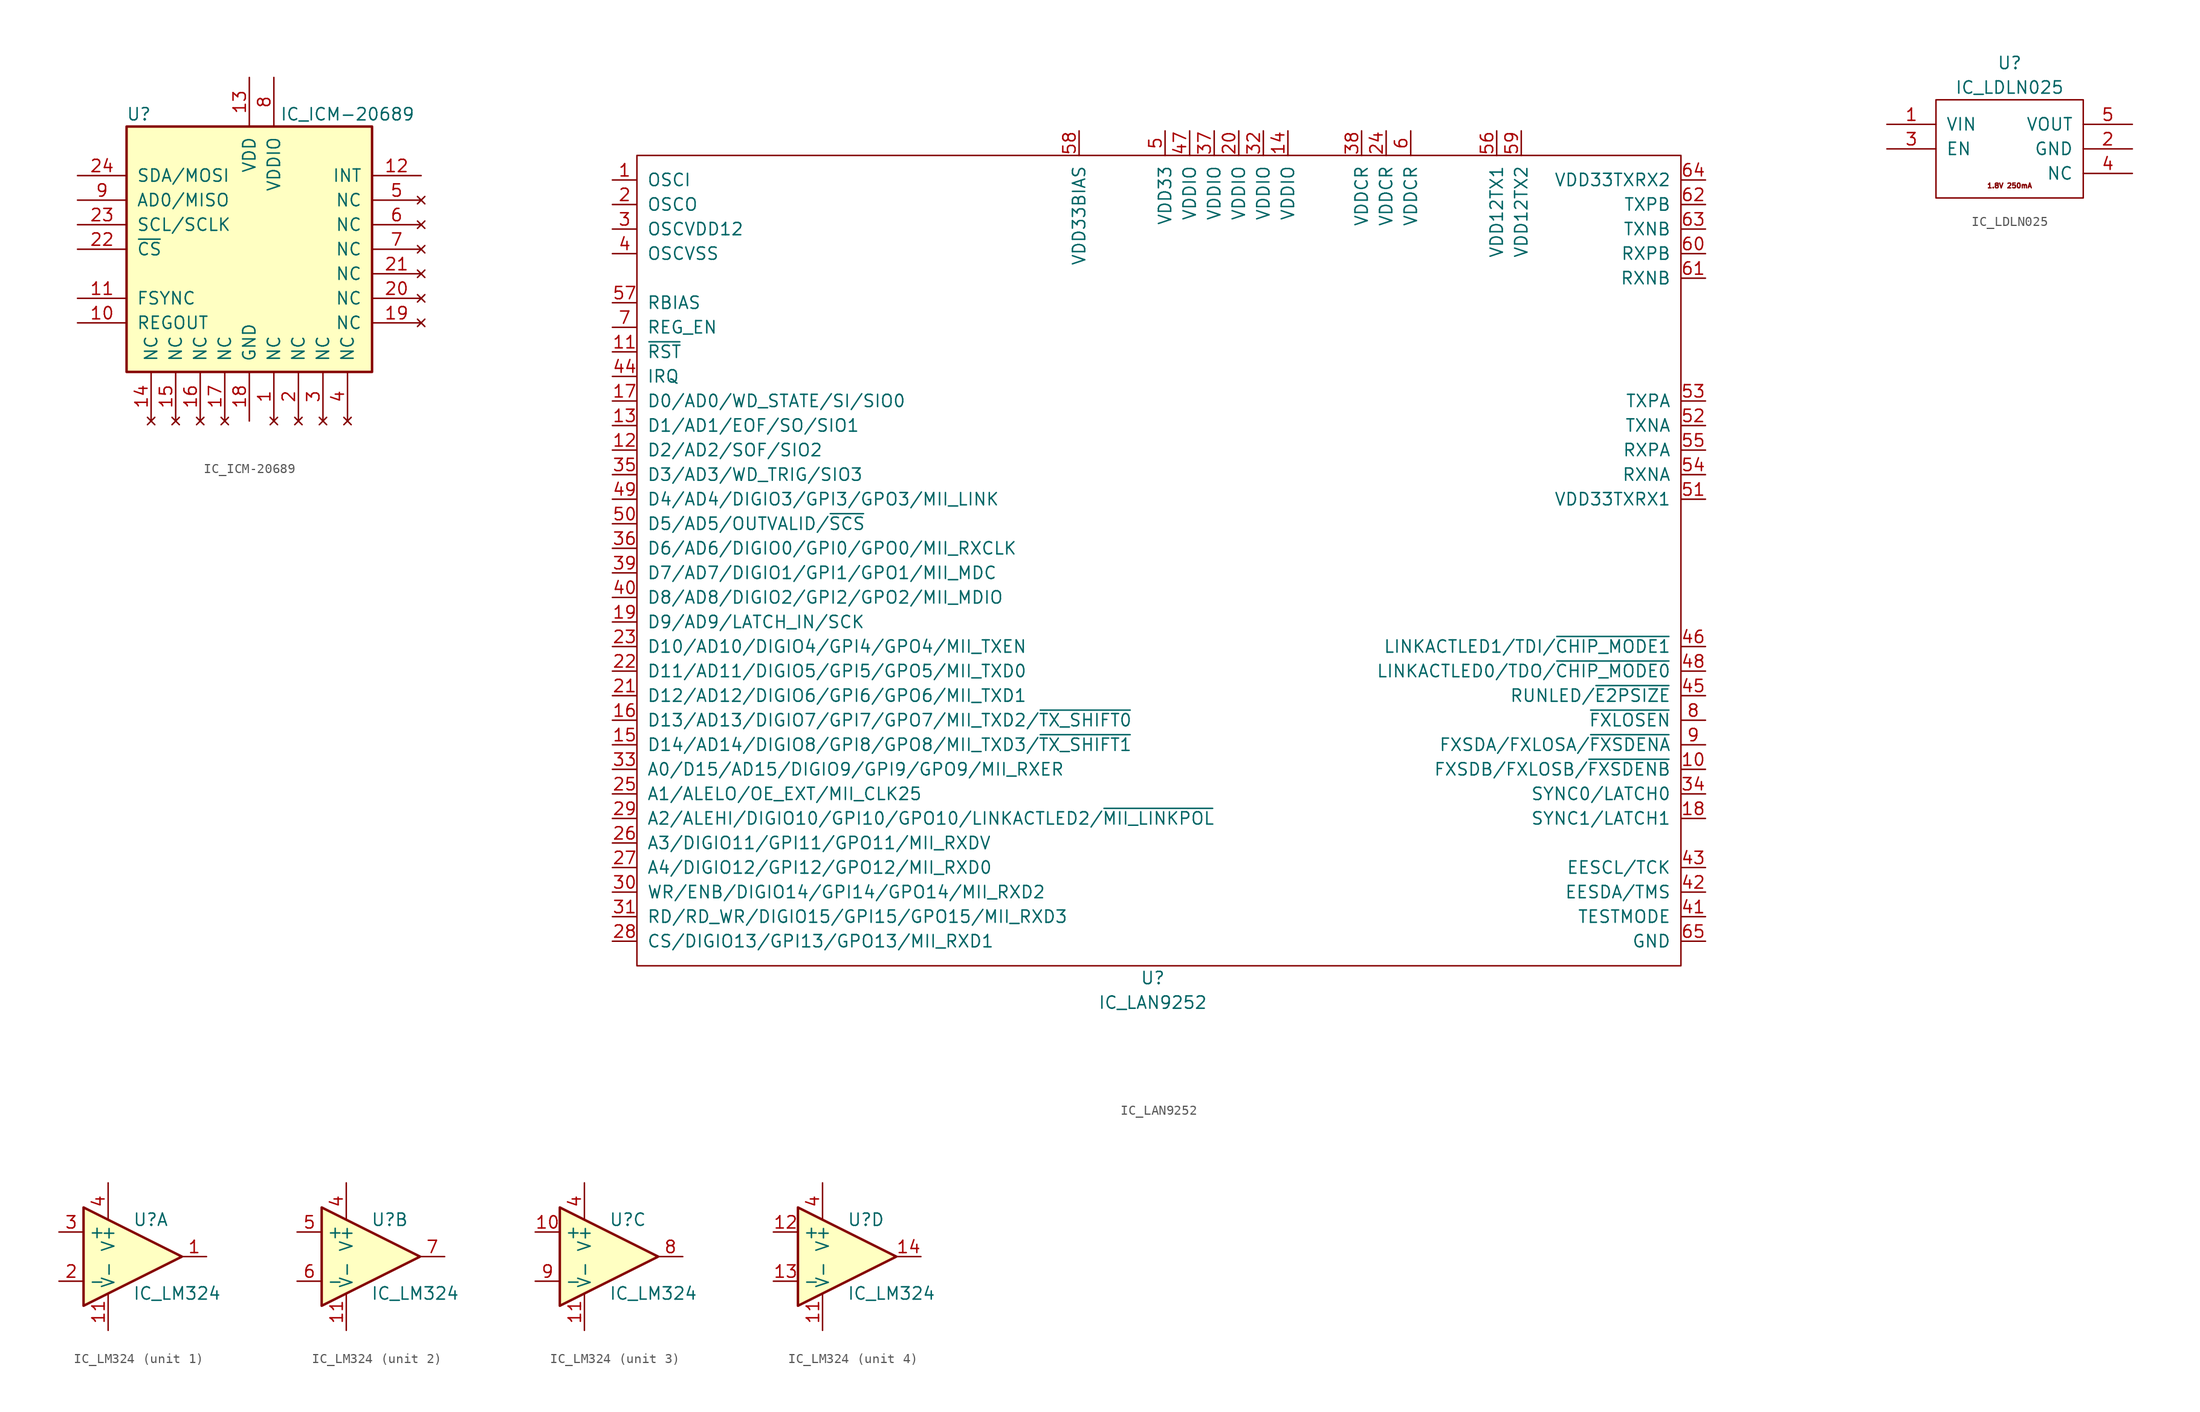
<source format=kicad_sym>
(kicad_symbol_lib
  (version 20211014)
  (generator kicad_symbol_editor)
  (symbol "IC_ICM-20689"
    (pin_names
      (offset 1.016))
    (property "Reference" "U"
      (at -11.43 13.97 0)
      (effects (font (size 1.27 1.27))))
    (property "Value" "IC_ICM-20689"
      (at 10.16 13.97 0)
      (effects (font (size 1.27 1.27))))
    (symbol "IC_ICM-20689_0_1"
      (rectangle (start -12.7 12.7) (end 12.7 -12.7) (stroke (width 0.254) (type default) (color 0 0 0 0)) (fill (type background))))
    (symbol "IC_ICM-20689_1_1"
      (pin no_connect line (at 2.54 -17.78 90) (length 5.08) (name "NC" (effects (font (size 1.27 1.27)))) (number "1" (effects (font (size 1.27 1.27)))))
      (pin output line (at -17.78 -7.62 0) (length 5.08) (name "REGOUT" (effects (font (size 1.27 1.27)))) (number "10" (effects (font (size 1.27 1.27)))))
      (pin input line (at -17.78 -5.08 0) (length 5.08) (name "FSYNC" (effects (font (size 1.27 1.27)))) (number "11" (effects (font (size 1.27 1.27)))))
      (pin output line (at 17.78 7.62 180) (length 5.08) (name "INT" (effects (font (size 1.27 1.27)))) (number "12" (effects (font (size 1.27 1.27)))))
      (pin power_in line (at 0 17.78 270) (length 5.08) (name "VDD" (effects (font (size 1.27 1.27)))) (number "13" (effects (font (size 1.27 1.27)))))
      (pin no_connect line (at -10.16 -17.78 90) (length 5.08) (name "NC" (effects (font (size 1.27 1.27)))) (number "14" (effects (font (size 1.27 1.27)))))
      (pin no_connect line (at -7.62 -17.78 90) (length 5.08) (name "NC" (effects (font (size 1.27 1.27)))) (number "15" (effects (font (size 1.27 1.27)))))
      (pin no_connect line (at -5.08 -17.78 90) (length 5.08) (name "NC" (effects (font (size 1.27 1.27)))) (number "16" (effects (font (size 1.27 1.27)))))
      (pin no_connect line (at -2.54 -17.78 90) (length 5.08) (name "NC" (effects (font (size 1.27 1.27)))) (number "17" (effects (font (size 1.27 1.27)))))
      (pin passive line (at 0 -17.78 90) (length 5.08) (name "GND" (effects (font (size 1.27 1.27)))) (number "18" (effects (font (size 1.27 1.27)))))
      (pin no_connect line (at 17.78 -7.62 180) (length 5.08) (name "NC" (effects (font (size 1.27 1.27)))) (number "19" (effects (font (size 1.27 1.27)))))
      (pin no_connect line (at 5.08 -17.78 90) (length 5.08) (name "NC" (effects (font (size 1.27 1.27)))) (number "2" (effects (font (size 1.27 1.27)))))
      (pin no_connect line (at 17.78 -5.08 180) (length 5.08) (name "NC" (effects (font (size 1.27 1.27)))) (number "20" (effects (font (size 1.27 1.27)))))
      (pin no_connect line (at 17.78 -2.54 180) (length 5.08) (name "NC" (effects (font (size 1.27 1.27)))) (number "21" (effects (font (size 1.27 1.27)))))
      (pin input line (at -17.78 0 0) (length 5.08) (name "~{CS}" (effects (font (size 1.27 1.27)))) (number "22" (effects (font (size 1.27 1.27)))))
      (pin input line (at -17.78 2.54 0) (length 5.08) (name "SCL/SCLK" (effects (font (size 1.27 1.27)))) (number "23" (effects (font (size 1.27 1.27)))))
      (pin bidirectional line (at -17.78 7.62 0) (length 5.08) (name "SDA/MOSI" (effects (font (size 1.27 1.27)))) (number "24" (effects (font (size 1.27 1.27)))))
      (pin no_connect line (at 7.62 -17.78 90) (length 5.08) (name "NC" (effects (font (size 1.27 1.27)))) (number "3" (effects (font (size 1.27 1.27)))))
      (pin no_connect line (at 10.16 -17.78 90) (length 5.08) (name "NC" (effects (font (size 1.27 1.27)))) (number "4" (effects (font (size 1.27 1.27)))))
      (pin no_connect line (at 17.78 5.08 180) (length 5.08) (name "NC" (effects (font (size 1.27 1.27)))) (number "5" (effects (font (size 1.27 1.27)))))
      (pin no_connect line (at 17.78 2.54 180) (length 5.08) (name "NC" (effects (font (size 1.27 1.27)))) (number "6" (effects (font (size 1.27 1.27)))))
      (pin no_connect line (at 17.78 0 180) (length 5.08) (name "NC" (effects (font (size 1.27 1.27)))) (number "7" (effects (font (size 1.27 1.27)))))
      (pin power_in line (at 2.54 17.78 270) (length 5.08) (name "VDDIO" (effects (font (size 1.27 1.27)))) (number "8" (effects (font (size 1.27 1.27)))))
      (pin bidirectional line (at -17.78 5.08 0) (length 5.08) (name "AD0/MISO" (effects (font (size 1.27 1.27)))) (number "9" (effects (font (size 1.27 1.27)))))))
  (symbol "IC_LAN9252"
    (pin_names
      (offset 1.016))
    (property "Reference" "U"
      (at 0 -44.45 0)
      (effects (font (size 1.27 1.27))))
    (property "Value" "IC_LAN9252"
      (at 0 -46.99 0)
      (effects (font (size 1.27 1.27))))
    (symbol "IC_LAN9252_0_1"
      (rectangle (start -53.34 40.64) (end 54.61 -43.18) (stroke (width 0) (type default) (color 0 0 0 0)) (fill (type none))))
    (symbol "IC_LAN9252_1_1"
      (pin passive line (at -55.88 38.1 0) (length 2.54) (name "OSCI" (effects (font (size 1.27 1.27)))) (number "1" (effects (font (size 1.27 1.27)))))
      (pin input line (at 57.15 -22.86 180) (length 2.54) (name "FXSDB/FXLOSB/~{FXSDENB}" (effects (font (size 1.27 1.27)))) (number "10" (effects (font (size 1.27 1.27)))))
      (pin input line (at -55.88 20.32 0) (length 2.54) (name "~{RST}" (effects (font (size 1.27 1.27)))) (number "11" (effects (font (size 1.27 1.27)))))
      (pin bidirectional line (at -55.88 10.16 0) (length 2.54) (name "D2/AD2/SOF/SIO2" (effects (font (size 1.27 1.27)))) (number "12" (effects (font (size 1.27 1.27)))))
      (pin bidirectional line (at -55.88 12.7 0) (length 2.54) (name "D1/AD1/EOF/SO/SIO1" (effects (font (size 1.27 1.27)))) (number "13" (effects (font (size 1.27 1.27)))))
      (pin power_in line (at 13.97 43.18 270) (length 2.54) (name "VDDIO" (effects (font (size 1.27 1.27)))) (number "14" (effects (font (size 1.27 1.27)))))
      (pin bidirectional line (at -55.88 -20.32 0) (length 2.54) (name "D14/AD14/DIGIO8/GPI8/GPO8/MII_TXD3/~{TX_SHIFT1}" (effects (font (size 1.27 1.27)))) (number "15" (effects (font (size 1.27 1.27)))))
      (pin bidirectional line (at -55.88 -17.78 0) (length 2.54) (name "D13/AD13/DIGIO7/GPI7/GPO7/MII_TXD2/~{TX_SHIFT0}" (effects (font (size 1.27 1.27)))) (number "16" (effects (font (size 1.27 1.27)))))
      (pin bidirectional line (at -55.88 15.24 0) (length 2.54) (name "D0/AD0/WD_STATE/SI/SIO0" (effects (font (size 1.27 1.27)))) (number "17" (effects (font (size 1.27 1.27)))))
      (pin input line (at 57.15 -27.94 180) (length 2.54) (name "SYNC1/LATCH1" (effects (font (size 1.27 1.27)))) (number "18" (effects (font (size 1.27 1.27)))))
      (pin bidirectional line (at -55.88 -7.62 0) (length 2.54) (name "D9/AD9/LATCH_IN/SCK" (effects (font (size 1.27 1.27)))) (number "19" (effects (font (size 1.27 1.27)))))
      (pin passive line (at -55.88 35.56 0) (length 2.54) (name "OSCO" (effects (font (size 1.27 1.27)))) (number "2" (effects (font (size 1.27 1.27)))))
      (pin power_in line (at 8.89 43.18 270) (length 2.54) (name "VDDIO" (effects (font (size 1.27 1.27)))) (number "20" (effects (font (size 1.27 1.27)))))
      (pin bidirectional line (at -55.88 -15.24 0) (length 2.54) (name "D12/AD12/DIGIO6/GPI6/GPO6/MII_TXD1" (effects (font (size 1.27 1.27)))) (number "21" (effects (font (size 1.27 1.27)))))
      (pin bidirectional line (at -55.88 -12.7 0) (length 2.54) (name "D11/AD11/DIGIO5/GPI5/GPO5/MII_TXD0" (effects (font (size 1.27 1.27)))) (number "22" (effects (font (size 1.27 1.27)))))
      (pin bidirectional line (at -55.88 -10.16 0) (length 2.54) (name "D10/AD10/DIGIO4/GPI4/GPO4/MII_TXEN" (effects (font (size 1.27 1.27)))) (number "23" (effects (font (size 1.27 1.27)))))
      (pin passive line (at 24.13 43.18 270) (length 2.54) (name "VDDCR" (effects (font (size 1.27 1.27)))) (number "24" (effects (font (size 1.27 1.27)))))
      (pin bidirectional line (at -55.88 -25.4 0) (length 2.54) (name "A1/ALELO/OE_EXT/MII_CLK25" (effects (font (size 1.27 1.27)))) (number "25" (effects (font (size 1.27 1.27)))))
      (pin bidirectional line (at -55.88 -30.48 0) (length 2.54) (name "A3/DIGIO11/GPI11/GPO11/MII_RXDV" (effects (font (size 1.27 1.27)))) (number "26" (effects (font (size 1.27 1.27)))))
      (pin bidirectional line (at -55.88 -33.02 0) (length 2.54) (name "A4/DIGIO12/GPI12/GPO12/MII_RXD0" (effects (font (size 1.27 1.27)))) (number "27" (effects (font (size 1.27 1.27)))))
      (pin bidirectional line (at -55.88 -40.64 0) (length 2.54) (name "CS/DIGIO13/GPI13/GPO13/MII_RXD1" (effects (font (size 1.27 1.27)))) (number "28" (effects (font (size 1.27 1.27)))))
      (pin bidirectional line (at -55.88 -27.94 0) (length 2.54) (name "A2/ALEHI/DIGIO10/GPI10/GPO10/LINKACTLED2/~{MII_LINKPOL}" (effects (font (size 1.27 1.27)))) (number "29" (effects (font (size 1.27 1.27)))))
      (pin power_out line (at -55.88 33.02 0) (length 2.54) (name "OSCVDD12" (effects (font (size 1.27 1.27)))) (number "3" (effects (font (size 1.27 1.27)))))
      (pin bidirectional line (at -55.88 -35.56 0) (length 2.54) (name "WR/ENB/DIGIO14/GPI14/GPO14/MII_RXD2" (effects (font (size 1.27 1.27)))) (number "30" (effects (font (size 1.27 1.27)))))
      (pin bidirectional line (at -55.88 -38.1 0) (length 2.54) (name "RD/RD_WR/DIGIO15/GPI15/GPO15/MII_RXD3" (effects (font (size 1.27 1.27)))) (number "31" (effects (font (size 1.27 1.27)))))
      (pin power_in line (at 11.43 43.18 270) (length 2.54) (name "VDDIO" (effects (font (size 1.27 1.27)))) (number "32" (effects (font (size 1.27 1.27)))))
      (pin bidirectional line (at -55.88 -22.86 0) (length 2.54) (name "A0/D15/AD15/DIGIO9/GPI9/GPO9/MII_RXER" (effects (font (size 1.27 1.27)))) (number "33" (effects (font (size 1.27 1.27)))))
      (pin bidirectional line (at 57.15 -25.4 180) (length 2.54) (name "SYNC0/LATCH0" (effects (font (size 1.27 1.27)))) (number "34" (effects (font (size 1.27 1.27)))))
      (pin bidirectional line (at -55.88 7.62 0) (length 2.54) (name "D3/AD3/WD_TRIG/SIO3" (effects (font (size 1.27 1.27)))) (number "35" (effects (font (size 1.27 1.27)))))
      (pin bidirectional line (at -55.88 0 0) (length 2.54) (name "D6/AD6/DIGIO0/GPI0/GPO0/MII_RXCLK" (effects (font (size 1.27 1.27)))) (number "36" (effects (font (size 1.27 1.27)))))
      (pin power_in line (at 6.35 43.18 270) (length 2.54) (name "VDDIO" (effects (font (size 1.27 1.27)))) (number "37" (effects (font (size 1.27 1.27)))))
      (pin power_out line (at 21.59 43.18 270) (length 2.54) (name "VDDCR" (effects (font (size 1.27 1.27)))) (number "38" (effects (font (size 1.27 1.27)))))
      (pin bidirectional line (at -55.88 -2.54 0) (length 2.54) (name "D7/AD7/DIGIO1/GPI1/GPO1/MII_MDC" (effects (font (size 1.27 1.27)))) (number "39" (effects (font (size 1.27 1.27)))))
      (pin power_out line (at -55.88 30.48 0) (length 2.54) (name "OSCVSS" (effects (font (size 1.27 1.27)))) (number "4" (effects (font (size 1.27 1.27)))))
      (pin bidirectional line (at -55.88 -5.08 0) (length 2.54) (name "D8/AD8/DIGIO2/GPI2/GPO2/MII_MDIO" (effects (font (size 1.27 1.27)))) (number "40" (effects (font (size 1.27 1.27)))))
      (pin input line (at 57.15 -38.1 180) (length 2.54) (name "TESTMODE" (effects (font (size 1.27 1.27)))) (number "41" (effects (font (size 1.27 1.27)))))
      (pin bidirectional line (at 57.15 -35.56 180) (length 2.54) (name "EESDA/TMS" (effects (font (size 1.27 1.27)))) (number "42" (effects (font (size 1.27 1.27)))))
      (pin bidirectional line (at 57.15 -33.02 180) (length 2.54) (name "EESCL/TCK" (effects (font (size 1.27 1.27)))) (number "43" (effects (font (size 1.27 1.27)))))
      (pin output line (at -55.88 17.78 0) (length 2.54) (name "IRQ" (effects (font (size 1.27 1.27)))) (number "44" (effects (font (size 1.27 1.27)))))
      (pin output line (at 57.15 -15.24 180) (length 2.54) (name "RUNLED/~{E2PSIZE}" (effects (font (size 1.27 1.27)))) (number "45" (effects (font (size 1.27 1.27)))))
      (pin output line (at 57.15 -10.16 180) (length 2.54) (name "LINKACTLED1/TDI/~{CHIP_MODE1}" (effects (font (size 1.27 1.27)))) (number "46" (effects (font (size 1.27 1.27)))))
      (pin power_in line (at 3.81 43.18 270) (length 2.54) (name "VDDIO" (effects (font (size 1.27 1.27)))) (number "47" (effects (font (size 1.27 1.27)))))
      (pin output line (at 57.15 -12.7 180) (length 2.54) (name "LINKACTLED0/TDO/~{CHIP_MODE0}" (effects (font (size 1.27 1.27)))) (number "48" (effects (font (size 1.27 1.27)))))
      (pin bidirectional line (at -55.88 5.08 0) (length 2.54) (name "D4/AD4/DIGIO3/GPI3/GPO3/MII_LINK" (effects (font (size 1.27 1.27)))) (number "49" (effects (font (size 1.27 1.27)))))
      (pin power_in line (at 1.27 43.18 270) (length 2.54) (name "VDD33" (effects (font (size 1.27 1.27)))) (number "5" (effects (font (size 1.27 1.27)))))
      (pin bidirectional line (at -55.88 2.54 0) (length 2.54) (name "D5/AD5/OUTVALID/~{SCS}" (effects (font (size 1.27 1.27)))) (number "50" (effects (font (size 1.27 1.27)))))
      (pin power_in line (at 57.15 5.08 180) (length 2.54) (name "VDD33TXRX1" (effects (font (size 1.27 1.27)))) (number "51" (effects (font (size 1.27 1.27)))))
      (pin output line (at 57.15 12.7 180) (length 2.54) (name "TXNA" (effects (font (size 1.27 1.27)))) (number "52" (effects (font (size 1.27 1.27)))))
      (pin output line (at 57.15 15.24 180) (length 2.54) (name "TXPA" (effects (font (size 1.27 1.27)))) (number "53" (effects (font (size 1.27 1.27)))))
      (pin input line (at 57.15 7.62 180) (length 2.54) (name "RXNA" (effects (font (size 1.27 1.27)))) (number "54" (effects (font (size 1.27 1.27)))))
      (pin input line (at 57.15 10.16 180) (length 2.54) (name "RXPA" (effects (font (size 1.27 1.27)))) (number "55" (effects (font (size 1.27 1.27)))))
      (pin power_out line (at 35.56 43.18 270) (length 2.54) (name "VDD12TX1" (effects (font (size 1.27 1.27)))) (number "56" (effects (font (size 1.27 1.27)))))
      (pin input line (at -55.88 25.4 0) (length 2.54) (name "RBIAS" (effects (font (size 1.27 1.27)))) (number "57" (effects (font (size 1.27 1.27)))))
      (pin power_in line (at -7.62 43.18 270) (length 2.54) (name "VDD33BIAS" (effects (font (size 1.27 1.27)))) (number "58" (effects (font (size 1.27 1.27)))))
      (pin passive line (at 38.1 43.18 270) (length 2.54) (name "VDD12TX2" (effects (font (size 1.27 1.27)))) (number "59" (effects (font (size 1.27 1.27)))))
      (pin passive line (at 26.67 43.18 270) (length 2.54) (name "VDDCR" (effects (font (size 1.27 1.27)))) (number "6" (effects (font (size 1.27 1.27)))))
      (pin input line (at 57.15 30.48 180) (length 2.54) (name "RXPB" (effects (font (size 1.27 1.27)))) (number "60" (effects (font (size 1.27 1.27)))))
      (pin input line (at 57.15 27.94 180) (length 2.54) (name "RXNB" (effects (font (size 1.27 1.27)))) (number "61" (effects (font (size 1.27 1.27)))))
      (pin output line (at 57.15 35.56 180) (length 2.54) (name "TXPB" (effects (font (size 1.27 1.27)))) (number "62" (effects (font (size 1.27 1.27)))))
      (pin output line (at 57.15 33.02 180) (length 2.54) (name "TXNB" (effects (font (size 1.27 1.27)))) (number "63" (effects (font (size 1.27 1.27)))))
      (pin input line (at 57.15 38.1 180) (length 2.54) (name "VDD33TXRX2" (effects (font (size 1.27 1.27)))) (number "64" (effects (font (size 1.27 1.27)))))
      (pin power_in line (at 57.15 -40.64 180) (length 2.54) (name "GND" (effects (font (size 1.27 1.27)))) (number "65" (effects (font (size 1.27 1.27)))))
      (pin input line (at -55.88 22.86 0) (length 2.54) (name "REG_EN" (effects (font (size 1.27 1.27)))) (number "7" (effects (font (size 1.27 1.27)))))
      (pin output line (at 57.15 -17.78 180) (length 2.54) (name "~{FXLOSEN}" (effects (font (size 1.27 1.27)))) (number "8" (effects (font (size 1.27 1.27)))))
      (pin input line (at 57.15 -20.32 180) (length 2.54) (name "FXSDA/FXLOSA/~{FXSDENA}" (effects (font (size 1.27 1.27)))) (number "9" (effects (font (size 1.27 1.27)))))))
  (symbol "IC_LDLN025"
    (pin_names
      (offset 1.016))
    (property "Reference" "U"
      (at 0 8.89 0)
      (effects (font (size 1.27 1.27))))
    (property "Value" "IC_LDLN025"
      (at 0 6.35 0)
      (effects (font (size 1.27 1.27))))
    (symbol "IC_LDLN025_0_0"
      (text "1.8V 250mA" (at 0 -3.81 0) (effects (font (size 0.508 0.508)))))
    (symbol "IC_LDLN025_0_1"
      (rectangle (start -7.62 5.08) (end 7.62 -5.08) (stroke (width 0) (type default) (color 0 0 0 0)) (fill (type none))))
    (symbol "IC_LDLN025_1_1"
      (pin power_in line (at -12.7 2.54 0) (length 5.08) (name "VIN" (effects (font (size 1.27 1.27)))) (number "1" (effects (font (size 1.27 1.27)))))
      (pin power_in line (at 12.7 0 180) (length 5.08) (name "GND" (effects (font (size 1.27 1.27)))) (number "2" (effects (font (size 1.27 1.27)))))
      (pin input line (at -12.7 0 0) (length 5.08) (name "EN" (effects (font (size 1.27 1.27)))) (number "3" (effects (font (size 1.27 1.27)))))
      (pin unspecified line (at 12.7 -2.54 180) (length 5.08) (name "NC" (effects (font (size 1.27 1.27)))) (number "4" (effects (font (size 1.27 1.27)))))
      (pin power_out line (at 12.7 2.54 180) (length 5.08) (name "VOUT" (effects (font (size 1.27 1.27)))) (number "5" (effects (font (size 1.27 1.27)))))))
  (symbol "IC_LM324"
    (property "Reference" "U"
      (at 0 3.81 0)
      (effects (font (size 1.27 1.27)) (justify left)))
    (property "Value" "IC_LM324"
      (at 0 -3.81 0)
      (effects (font (size 1.27 1.27)) (justify left)))
    (symbol "IC_LM324_0_1"
      (polyline (pts (xy -5.08 5.08) (xy 5.08 0) (xy -5.08 -5.08) (xy -5.08 5.08)) (stroke (width 0.254) (type default) (color 0 0 0 0)) (fill (type background)))
      (pin power_in line (at -2.54 -7.62 90) (length 3.81) (name "V-" (effects (font (size 1.27 1.27)))) (number "11" (effects (font (size 1.27 1.27)))))
      (pin power_in line (at -2.54 7.62 270) (length 3.81) (name "V+" (effects (font (size 1.27 1.27)))) (number "4" (effects (font (size 1.27 1.27))))))
    (symbol "IC_LM324_1_1"
      (pin output line (at 7.62 0 180) (length 2.54) (name "~" (effects (font (size 1.27 1.27)))) (number "1" (effects (font (size 1.27 1.27)))))
      (pin input line (at -7.62 -2.54 0) (length 2.54) (name "-" (effects (font (size 1.27 1.27)))) (number "2" (effects (font (size 1.27 1.27)))))
      (pin input line (at -7.62 2.54 0) (length 2.54) (name "+" (effects (font (size 1.27 1.27)))) (number "3" (effects (font (size 1.27 1.27))))))
    (symbol "IC_LM324_2_1"
      (pin input line (at -7.62 2.54 0) (length 2.54) (name "+" (effects (font (size 1.27 1.27)))) (number "5" (effects (font (size 1.27 1.27)))))
      (pin input line (at -7.62 -2.54 0) (length 2.54) (name "-" (effects (font (size 1.27 1.27)))) (number "6" (effects (font (size 1.27 1.27)))))
      (pin output line (at 7.62 0 180) (length 2.54) (name "~" (effects (font (size 1.27 1.27)))) (number "7" (effects (font (size 1.27 1.27))))))
    (symbol "IC_LM324_3_1"
      (pin input line (at -7.62 2.54 0) (length 2.54) (name "+" (effects (font (size 1.27 1.27)))) (number "10" (effects (font (size 1.27 1.27)))))
      (pin output line (at 7.62 0 180) (length 2.54) (name "~" (effects (font (size 1.27 1.27)))) (number "8" (effects (font (size 1.27 1.27)))))
      (pin input line (at -7.62 -2.54 0) (length 2.54) (name "-" (effects (font (size 1.27 1.27)))) (number "9" (effects (font (size 1.27 1.27))))))
    (symbol "IC_LM324_4_1"
      (pin input line (at -7.62 2.54 0) (length 2.54) (name "+" (effects (font (size 1.27 1.27)))) (number "12" (effects (font (size 1.27 1.27)))))
      (pin input line (at -7.62 -2.54 0) (length 2.54) (name "-" (effects (font (size 1.27 1.27)))) (number "13" (effects (font (size 1.27 1.27)))))
      (pin output line (at 7.62 0 180) (length 2.54) (name "~" (effects (font (size 1.27 1.27)))) (number "14" (effects (font (size 1.27 1.27))))))))
</source>
